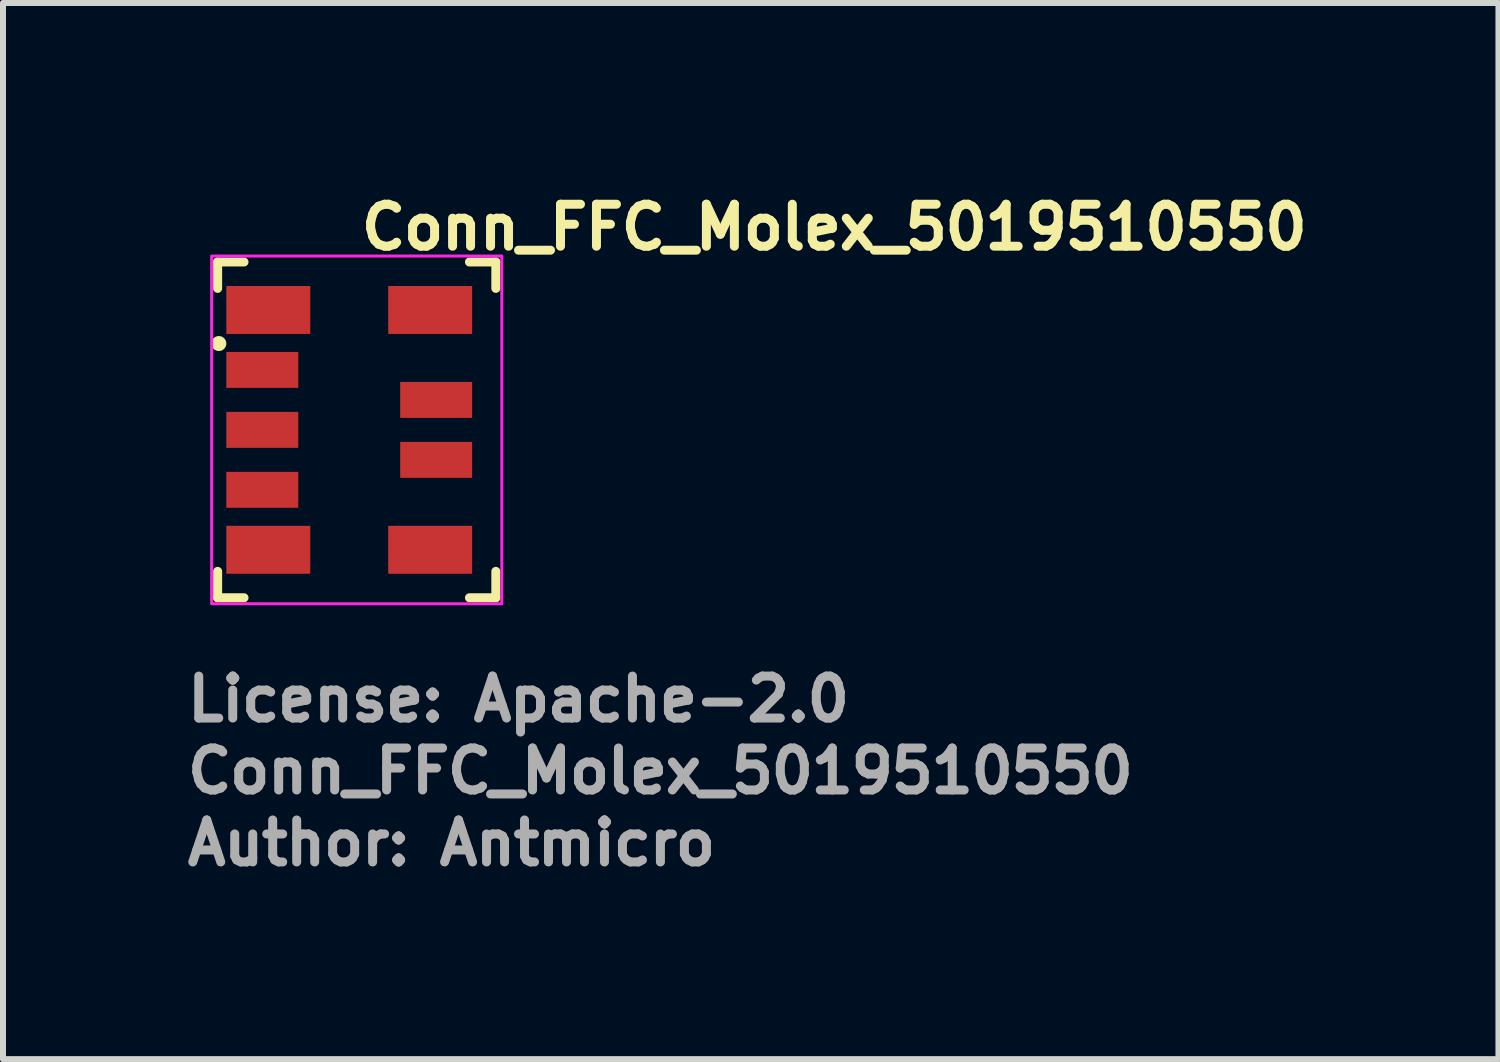
<source format=kicad_pcb>
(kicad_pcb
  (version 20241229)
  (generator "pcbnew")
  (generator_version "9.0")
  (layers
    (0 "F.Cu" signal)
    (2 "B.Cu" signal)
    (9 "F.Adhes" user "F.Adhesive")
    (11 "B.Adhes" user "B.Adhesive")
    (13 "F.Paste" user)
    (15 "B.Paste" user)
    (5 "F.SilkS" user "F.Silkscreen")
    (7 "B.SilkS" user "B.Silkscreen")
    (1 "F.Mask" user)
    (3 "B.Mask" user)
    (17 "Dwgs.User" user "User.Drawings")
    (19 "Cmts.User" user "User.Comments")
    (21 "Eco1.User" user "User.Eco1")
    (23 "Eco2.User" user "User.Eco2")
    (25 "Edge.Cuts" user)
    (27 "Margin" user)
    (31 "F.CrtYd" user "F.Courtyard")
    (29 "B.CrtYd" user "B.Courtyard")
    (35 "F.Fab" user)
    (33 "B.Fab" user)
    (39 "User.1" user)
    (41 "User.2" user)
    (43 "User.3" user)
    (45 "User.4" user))
  (footprint "Conn_FFC_Molex_5019510550"
    (layer "F.Cu")
    (at 2.9 4.12)
    (property "Reference" "Conn_FFC_Molex_5019510550" (at 0 -2.97 0) (layer "F.SilkS") (effects (font (size 0.7 0.7) (thickness 0.15)) (justify left bottom)))
    (attr smd)
    (fp_line (start -2.32 -2.36) (end -2.32 -2.8) (stroke (width 0.15) (type solid)) (layer "F.SilkS"))
    (fp_line (start -2.32 2.36) (end -2.32 2.8) (stroke (width 0.15) (type solid)) (layer "F.SilkS"))
    (fp_line (start -1.88 -2.8) (end -2.32 -2.8) (stroke (width 0.15) (type solid)) (layer "F.SilkS"))
    (fp_line (start -1.88 2.8) (end -2.32 2.8) (stroke (width 0.15) (type solid)) (layer "F.SilkS"))
    (fp_line (start 1.88 -2.8) (end 2.32 -2.8) (stroke (width 0.15) (type solid)) (layer "F.SilkS"))
    (fp_line (start 1.88 2.8) (end 2.32 2.8) (stroke (width 0.15) (type solid)) (layer "F.SilkS"))
    (fp_line (start 2.32 -2.36) (end 2.32 -2.8) (stroke (width 0.15) (type solid)) (layer "F.SilkS"))
    (fp_line (start 2.32 2.36) (end 2.32 2.8) (stroke (width 0.15) (type solid)) (layer "F.SilkS"))
    (fp_circle (center -2.3 -1.44) (end -2.3 -1.49) (stroke (width 0.15) (type solid)) (fill yes) (layer "F.SilkS"))
    (fp_rect (start -2.42 -2.9) (end 2.42 2.9) (stroke (width 0.05) (type solid)) (fill no) (layer "F.CrtYd"))
    (fp_rect (start -2.167 -2.65) (end 2.167 2.65) (stroke (width 0.1) (type solid)) (fill no) (layer "User.5"))
    (fp_line (start -2.167 -2.4) (end -1.97 -2.4) (stroke (width 0.02) (type solid)) (layer "User.9"))
    (fp_line (start -2.167 -1.6) (end -2.167 -2.4) (stroke (width 0.02) (type solid)) (layer "User.9"))
    (fp_line (start -2.167 1.6) (end -1.767 1.6) (stroke (width 0.02) (type solid)) (layer "User.9"))
    (fp_line (start -2.167 2.4) (end -2.167 1.6) (stroke (width 0.02) (type solid)) (layer "User.9"))
    (fp_line (start -1.97 2.4) (end -2.167 2.4) (stroke (width 0.02) (type solid)) (layer "User.9"))
    (fp_line (start -1.967 -2.65) (end -1.517 -2.65) (stroke (width 0.02) (type solid)) (layer "User.9"))
    (fp_line (start -1.967 -2.1) (end -1.967 -2.65) (stroke (width 0.02) (type solid)) (layer "User.9"))
    (fp_line (start -1.967 2.1) (end -1.517 2.1) (stroke (width 0.02) (type solid)) (layer "User.9"))
    (fp_line (start -1.967 2.65) (end -1.967 2.1) (stroke (width 0.02) (type solid)) (layer "User.9"))
    (fp_line (start -1.917 -1.075) (end -1.917 -0.925) (stroke (width 0.02) (type solid)) (layer "User.9"))
    (fp_line (start -1.917 -0.075) (end -1.917 0.075) (stroke (width 0.02) (type solid)) (layer "User.9"))
    (fp_line (start -1.917 0.925) (end -1.917 1.075) (stroke (width 0.02) (type solid)) (layer "User.9"))
    (fp_line (start -1.867 -2.1) (end -1.867 -2.1) (stroke (width 0.02) (type solid)) (layer "User.9"))
    (fp_line (start -1.867 -2.1) (end -1.867 -2.05) (stroke (width 0.02) (type solid)) (layer "User.9"))
    (fp_line (start -1.867 -2.099) (end -1.867 -2.1) (stroke (width 0.02) (type solid)) (layer "User.9"))
    (fp_line (start -1.867 -2.097) (end -1.867 -2.099) (stroke (width 0.02) (type solid)) (layer "User.9"))
    (fp_line (start -1.867 -2.095) (end -1.867 -2.097) (stroke (width 0.02) (type solid)) (layer "User.9"))
    (fp_line (start -1.867 -2.092) (end -1.867 -2.095) (stroke (width 0.02) (type solid)) (layer "User.9"))
    (fp_line (start -1.867 -2.089) (end -1.867 -2.092) (stroke (width 0.02) (type solid)) (layer "User.9"))
    (fp_line (start -1.867 -2.085) (end -1.867 -2.089) (stroke (width 0.02) (type solid)) (layer "User.9"))
    (fp_line (start -1.867 -2.081) (end -1.867 -2.085) (stroke (width 0.02) (type solid)) (layer "User.9"))
    (fp_line (start -1.867 -2.077) (end -1.867 -2.081) (stroke (width 0.02) (type solid)) (layer "User.9"))
    (fp_line (start -1.867 -2.072) (end -1.867 -2.077) (stroke (width 0.02) (type solid)) (layer "User.9"))
    (fp_line (start -1.867 -2.067) (end -1.867 -2.072) (stroke (width 0.02) (type solid)) (layer "User.9"))
    (fp_line (start -1.867 -2.061) (end -1.867 -2.067) (stroke (width 0.02) (type solid)) (layer "User.9"))
    (fp_line (start -1.867 -2.056) (end -1.867 -2.061) (stroke (width 0.02) (type solid)) (layer "User.9"))
    (fp_line (start -1.867 -2.05) (end -1.867 -2.056) (stroke (width 0.02) (type solid)) (layer "User.9"))
    (fp_line (start -1.867 -1.75) (end -1.867 -2.05) (stroke (width 0.02) (type solid)) (layer "User.9"))
    (fp_line (start -1.867 2.05) (end -1.867 1.75) (stroke (width 0.02) (type solid)) (layer "User.9"))
    (fp_line (start -1.867 2.056) (end -1.867 2.05) (stroke (width 0.02) (type solid)) (layer "User.9"))
    (fp_line (start -1.867 2.061) (end -1.867 2.056) (stroke (width 0.02) (type solid)) (layer "User.9"))
    (fp_line (start -1.867 2.067) (end -1.867 2.061) (stroke (width 0.02) (type solid)) (layer "User.9"))
    (fp_line (start -1.867 2.072) (end -1.867 2.067) (stroke (width 0.02) (type solid)) (layer "User.9"))
    (fp_line (start -1.867 2.077) (end -1.867 2.072) (stroke (width 0.02) (type solid)) (layer "User.9"))
    (fp_line (start -1.867 2.081) (end -1.867 2.077) (stroke (width 0.02) (type solid)) (layer "User.9"))
    (fp_line (start -1.867 2.085) (end -1.867 2.081) (stroke (width 0.02) (type solid)) (layer "User.9"))
    (fp_line (start -1.867 2.089) (end -1.867 2.085) (stroke (width 0.02) (type solid)) (layer "User.9"))
    (fp_line (start -1.867 2.092) (end -1.867 2.089) (stroke (width 0.02) (type solid)) (layer "User.9"))
    (fp_line (start -1.867 2.095) (end -1.867 2.092) (stroke (width 0.02) (type solid)) (layer "User.9"))
    (fp_line (start -1.867 2.097) (end -1.867 2.095) (stroke (width 0.02) (type solid)) (layer "User.9"))
    (fp_line (start -1.867 2.099) (end -1.867 2.097) (stroke (width 0.02) (type solid)) (layer "User.9"))
    (fp_line (start -1.867 2.1) (end -1.867 2.099) (stroke (width 0.02) (type solid)) (layer "User.9"))
    (fp_line (start -1.767 -1.75) (end -1.867 -1.75) (stroke (width 0.02) (type solid)) (layer "User.9"))
    (fp_line (start -1.767 -1.75) (end -1.767 -1.2) (stroke (width 0.02) (type solid)) (layer "User.9"))
    (fp_line (start -1.767 -1.6) (end -2.167 -1.6) (stroke (width 0.02) (type solid)) (layer "User.9"))
    (fp_line (start -1.767 -1.6) (end -1.767 -1.9) (stroke (width 0.02) (type solid)) (layer "User.9"))
    (fp_line (start -1.767 -1.2) (end -1.517 -1.2) (stroke (width 0.02) (type solid)) (layer "User.9"))
    (fp_line (start -1.767 1.2) (end -1.767 1.9) (stroke (width 0.02) (type solid)) (layer "User.9"))
    (fp_line (start -1.767 1.75) (end -1.867 1.75) (stroke (width 0.02) (type solid)) (layer "User.9"))
    (fp_line (start -1.767 1.75) (end -1.767 1.9) (stroke (width 0.02) (type solid)) (layer "User.9"))
    (fp_line (start -1.767 1.9) (end -1.517 1.9) (stroke (width 0.02) (type solid)) (layer "User.9"))
    (fp_line (start -1.557 -1.075) (end -1.917 -1.075) (stroke (width 0.02) (type solid)) (layer "User.9"))
    (fp_line (start -1.557 -0.925) (end -1.917 -0.925) (stroke (width 0.02) (type solid)) (layer "User.9"))
    (fp_line (start -1.557 -0.075) (end -1.917 -0.075) (stroke (width 0.02) (type solid)) (layer "User.9"))
    (fp_line (start -1.557 -0.075) (end -1.557 0.075) (stroke (width 0.02) (type solid)) (layer "User.9"))
    (fp_line (start -1.557 0.075) (end -1.917 0.075) (stroke (width 0.02) (type solid)) (layer "User.9"))
    (fp_line (start -1.557 0.925) (end -1.917 0.925) (stroke (width 0.02) (type solid)) (layer "User.9"))
    (fp_line (start -1.557 1.075) (end -1.917 1.075) (stroke (width 0.02) (type solid)) (layer "User.9"))
    (fp_line (start -1.517 -2.1) (end -1.967 -2.1) (stroke (width 0.02) (type solid)) (layer "User.9"))
    (fp_line (start -1.517 -2.1) (end -1.517 -2.05) (stroke (width 0.02) (type solid)) (layer "User.9"))
    (fp_line (start -1.517 -2.1) (end -1.517 2.65) (stroke (width 0.02) (type solid)) (layer "User.9"))
    (fp_line (start -1.517 -2.05) (end -1.867 -2.05) (stroke (width 0.02) (type solid)) (layer "User.9"))
    (fp_line (start -1.517 -1.2) (end -1.517 -1.075) (stroke (width 0.02) (type solid)) (layer "User.9"))
    (fp_line (start -1.517 -1.075) (end -1.557 -1.075) (stroke (width 0.02) (type solid)) (layer "User.9"))
    (fp_line (start -1.517 -0.925) (end -1.557 -0.925) (stroke (width 0.02) (type solid)) (layer "User.9"))
    (fp_line (start -1.517 -0.7) (end -1.517 -0.3) (stroke (width 0.02) (type solid)) (layer "User.9"))
    (fp_line (start -1.517 -0.075) (end -1.557 -0.075) (stroke (width 0.02) (type solid)) (layer "User.9"))
    (fp_line (start -1.517 0.075) (end -1.557 0.075) (stroke (width 0.02) (type solid)) (layer "User.9"))
    (fp_line (start -1.517 0.3) (end -1.517 0.075) (stroke (width 0.02) (type solid)) (layer "User.9"))
    (fp_line (start -1.517 0.925) (end -1.557 0.925) (stroke (width 0.02) (type solid)) (layer "User.9"))
    (fp_line (start -1.517 1.075) (end -1.557 1.075) (stroke (width 0.02) (type solid)) (layer "User.9"))
    (fp_line (start -1.517 1.2) (end -1.767 1.2) (stroke (width 0.02) (type solid)) (layer "User.9"))
    (fp_line (start -1.517 1.2) (end -1.517 1.075) (stroke (width 0.02) (type solid)) (layer "User.9"))
    (fp_line (start -1.517 2.05) (end -1.867 2.05) (stroke (width 0.02) (type solid)) (layer "User.9"))
    (fp_line (start -1.517 2.1) (end -1.517 2.05) (stroke (width 0.02) (type solid)) (layer "User.9"))
    (fp_line (start -1.517 2.65) (end -1.967 2.65) (stroke (width 0.02) (type solid)) (layer "User.9"))
    (fp_line (start -1.177 -1.695) (end -1.027 -1.545) (stroke (width 0.02) (type solid)) (layer "User.9"))
    (fp_line (start -1.177 -1.695) (end -0.617 -1.695) (stroke (width 0.02) (type solid)) (layer "User.9"))
    (fp_line (start -1.177 1.695) (end -1.767 1.6) (stroke (width 0.02) (type solid)) (layer "User.9"))
    (fp_line (start -1.177 1.695) (end -1.177 -1.695) (stroke (width 0.02) (type solid)) (layer "User.9"))
    (fp_line (start -1.177 1.695) (end -1.027 1.545) (stroke (width 0.02) (type solid)) (layer "User.9"))
    (fp_line (start -1.067 -2.33) (end -1.067 -2.1) (stroke (width 0.02) (type solid)) (layer "User.9"))
    (fp_line (start -1.067 -2.3) (end -1.067 -2.33) (stroke (width 0.02) (type solid)) (layer "User.9"))
    (fp_line (start -1.067 -2.1) (end -1.177 -1.695) (stroke (width 0.02) (type solid)) (layer "User.9"))
    (fp_line (start -1.067 -2.1) (end -1.017 -2.1) (stroke (width 0.02) (type solid)) (layer "User.9"))
    (fp_line (start -1.067 2.1) (end -1.067 2.3) (stroke (width 0.02) (type solid)) (layer "User.9"))
    (fp_line (start -1.067 2.1) (end -1.017 2.1) (stroke (width 0.02) (type solid)) (layer "User.9"))
    (fp_line (start -1.067 2.1) (end -0.817 2.1) (stroke (width 0.02) (type solid)) (layer "User.9"))
    (fp_line (start -1.067 2.3) (end -1.067 2.33) (stroke (width 0.02) (type solid)) (layer "User.9"))
    (fp_line (start -1.027 -1.545) (end -0.607 -1.545) (stroke (width 0.02) (type solid)) (layer "User.9"))
    (fp_line (start -1.027 -1.545) (end -0.479 -1.545) (stroke (width 0.02) (type solid)) (layer "User.9"))
    (fp_line (start -1.027 -0.425) (end -1.027 -0.575) (stroke (width 0.02) (type solid)) (layer "User.9"))
    (fp_line (start -1.027 1.545) (end -1.027 -1.545) (stroke (width 0.02) (type solid)) (layer "User.9"))
    (fp_line (start -1.017 -2.3) (end -1.067 -2.33) (stroke (width 0.02) (type solid)) (layer "User.9"))
    (fp_line (start -1.017 -2.3) (end -1.067 -2.3) (stroke (width 0.02) (type solid)) (layer "User.9"))
    (fp_line (start -1.017 -2.3) (end -1.017 -2.1) (stroke (width 0.02) (type solid)) (layer "User.9"))
    (fp_line (start -1.017 2.3) (end -1.067 2.3) (stroke (width 0.02) (type solid)) (layer "User.9"))
    (fp_line (start -1.017 2.3) (end -1.017 2.1) (stroke (width 0.02) (type solid)) (layer "User.9"))
    (fp_line (start -0.937 -1.545) (end -0.887 -1.545) (stroke (width 0.02) (type solid)) (layer "User.9"))
    (fp_line (start -0.937 -1.075) (end -1.027 -1.075) (stroke (width 0.02) (type solid)) (layer "User.9"))
    (fp_line (start -0.937 -1.075) (end -0.937 -1.545) (stroke (width 0.02) (type solid)) (layer "User.9"))
    (fp_line (start -0.937 -0.925) (end -1.027 -0.925) (stroke (width 0.02) (type solid)) (layer "User.9"))
    (fp_line (start -0.937 -0.575) (end -0.937 -0.925) (stroke (width 0.02) (type solid)) (layer "User.9"))
    (fp_line (start -0.937 -0.425) (end -1.027 -0.425) (stroke (width 0.02) (type solid)) (layer "User.9"))
    (fp_line (start -0.937 -0.425) (end -0.887 -0.425) (stroke (width 0.02) (type solid)) (layer "User.9"))
    (fp_line (start -0.937 -0.075) (end -1.027 -0.075) (stroke (width 0.02) (type solid)) (layer "User.9"))
    (fp_line (start -0.937 -0.075) (end -0.937 -0.425) (stroke (width 0.02) (type solid)) (layer "User.9"))
    (fp_line (start -0.937 0.425) (end -1.027 0.425) (stroke (width 0.02) (type solid)) (layer "User.9"))
    (fp_line (start -0.937 0.425) (end -0.937 -0.425) (stroke (width 0.02) (type solid)) (layer "User.9"))
    (fp_line (start -0.937 0.575) (end -1.027 0.575) (stroke (width 0.02) (type solid)) (layer "User.9"))
    (fp_line (start -0.937 0.925) (end -0.937 0.575) (stroke (width 0.02) (type solid)) (layer "User.9"))
    (fp_line (start -0.937 0.925) (end -0.887 0.925) (stroke (width 0.02) (type solid)) (layer "User.9"))
    (fp_line (start -0.937 1.075) (end -1.027 1.075) (stroke (width 0.02) (type solid)) (layer "User.9"))
    (fp_line (start -0.937 1.545) (end -0.937 1.075) (stroke (width 0.02) (type solid)) (layer "User.9"))
    (fp_line (start -0.937 1.545) (end -0.887 1.545) (stroke (width 0.02) (type solid)) (layer "User.9"))
    (fp_line (start -0.887 -1.075) (end -0.887 -1.545) (stroke (width 0.02) (type solid)) (layer "User.9"))
    (fp_line (start -0.887 -1.075) (end -0.849 -1.075) (stroke (width 0.02) (type solid)) (layer "User.9"))
    (fp_line (start -0.887 -0.575) (end -0.887 -0.925) (stroke (width 0.02) (type solid)) (layer "User.9"))
    (fp_line (start -0.887 -0.075) (end -0.887 -0.425) (stroke (width 0.02) (type solid)) (layer "User.9"))
    (fp_line (start -0.887 -0.075) (end -0.849 -0.075) (stroke (width 0.02) (type solid)) (layer "User.9"))
    (fp_line (start -0.887 0.425) (end -0.887 0.075) (stroke (width 0.02) (type solid)) (layer "User.9"))
    (fp_line (start -0.887 0.575) (end -0.849 0.575) (stroke (width 0.02) (type solid)) (layer "User.9"))
    (fp_line (start -0.887 0.925) (end -0.887 0.575) (stroke (width 0.02) (type solid)) (layer "User.9"))
    (fp_line (start -0.887 1.075) (end -0.849 1.075) (stroke (width 0.02) (type solid)) (layer "User.9"))
    (fp_line (start -0.887 1.545) (end -0.887 1.075) (stroke (width 0.02) (type solid)) (layer "User.9"))
    (fp_line (start -0.849 -1.075) (end -0.849 -0.925) (stroke (width 0.02) (type solid)) (layer "User.9"))
    (fp_line (start -0.849 -0.575) (end -1.027 -0.575) (stroke (width 0.02) (type solid)) (layer "User.9"))
    (fp_line (start -0.849 -0.575) (end -0.887 -0.575) (stroke (width 0.02) (type solid)) (layer "User.9"))
    (fp_line (start -0.849 -0.575) (end -0.849 -0.425) (stroke (width 0.02) (type solid)) (layer "User.9"))
    (fp_line (start -0.849 -0.075) (end -0.849 0.075) (stroke (width 0.02) (type solid)) (layer "User.9"))
    (fp_line (start -0.849 0.075) (end -1.557 0.075) (stroke (width 0.02) (type solid)) (layer "User.9"))
    (fp_line (start -0.849 0.075) (end -0.887 0.075) (stroke (width 0.02) (type solid)) (layer "User.9"))
    (fp_line (start -0.849 0.425) (end -0.849 0.575) (stroke (width 0.02) (type solid)) (layer "User.9"))
    (fp_line (start -0.849 0.925) (end -1.027 0.925) (stroke (width 0.02) (type solid)) (layer "User.9"))
    (fp_line (start -0.849 0.925) (end -0.849 1.075) (stroke (width 0.02) (type solid)) (layer "User.9"))
    (fp_line (start -0.848 -1.075) (end -0.849 -1.075) (stroke (width 0.02) (type solid)) (layer "User.9"))
    (fp_line (start -0.848 -0.925) (end -0.937 -0.925) (stroke (width 0.02) (type solid)) (layer "User.9"))
    (fp_line (start -0.848 -0.575) (end -0.849 -0.575) (stroke (width 0.02) (type solid)) (layer "User.9"))
    (fp_line (start -0.848 -0.425) (end -0.849 -0.425) (stroke (width 0.02) (type solid)) (layer "User.9"))
    (fp_line (start -0.848 -0.075) (end -0.849 -0.075) (stroke (width 0.02) (type solid)) (layer "User.9"))
    (fp_line (start -0.848 0.075) (end -0.849 0.075) (stroke (width 0.02) (type solid)) (layer "User.9"))
    (fp_line (start -0.848 0.425) (end -0.887 0.425) (stroke (width 0.02) (type solid)) (layer "User.9"))
    (fp_line (start -0.848 0.575) (end -0.849 0.575) (stroke (width 0.02) (type solid)) (layer "User.9"))
    (fp_line (start -0.848 0.925) (end -0.849 0.925) (stroke (width 0.02) (type solid)) (layer "User.9"))
    (fp_line (start -0.848 1.075) (end -0.849 1.075) (stroke (width 0.02) (type solid)) (layer "User.9"))
    (fp_line (start -0.846 -1.075) (end -0.848 -1.075) (stroke (width 0.02) (type solid)) (layer "User.9"))
    (fp_line (start -0.846 -0.925) (end -0.848 -0.925) (stroke (width 0.02) (type solid)) (layer "User.9"))
    (fp_line (start -0.846 -0.575) (end -0.848 -0.575) (stroke (width 0.02) (type solid)) (layer "User.9"))
    (fp_line (start -0.846 -0.425) (end -0.848 -0.425) (stroke (width 0.02) (type solid)) (layer "User.9"))
    (fp_line (start -0.846 -0.075) (end -0.848 -0.075) (stroke (width 0.02) (type solid)) (layer "User.9"))
    (fp_line (start -0.846 0.075) (end -0.848 0.075) (stroke (width 0.02) (type solid)) (layer "User.9"))
    (fp_line (start -0.846 0.425) (end -0.848 0.425) (stroke (width 0.02) (type solid)) (layer "User.9"))
    (fp_line (start -0.846 0.575) (end -0.848 0.575) (stroke (width 0.02) (type solid)) (layer "User.9"))
    (fp_line (start -0.846 0.925) (end -0.848 0.925) (stroke (width 0.02) (type solid)) (layer "User.9"))
    (fp_line (start -0.846 1.075) (end -0.848 1.075) (stroke (width 0.02) (type solid)) (layer "User.9"))
    (fp_line (start -0.845 -1.075) (end -0.846 -1.075) (stroke (width 0.02) (type solid)) (layer "User.9"))
    (fp_line (start -0.845 -0.925) (end -0.846 -0.925) (stroke (width 0.02) (type solid)) (layer "User.9"))
    (fp_line (start -0.845 -0.575) (end -0.846 -0.575) (stroke (width 0.02) (type solid)) (layer "User.9"))
    (fp_line (start -0.845 -0.425) (end -0.846 -0.425) (stroke (width 0.02) (type solid)) (layer "User.9"))
    (fp_line (start -0.845 -0.075) (end -0.846 -0.075) (stroke (width 0.02) (type solid)) (layer "User.9"))
    (fp_line (start -0.845 0.075) (end -0.846 0.075) (stroke (width 0.02) (type solid)) (layer "User.9"))
    (fp_line (start -0.845 0.425) (end -0.846 0.425) (stroke (width 0.02) (type solid)) (layer "User.9"))
    (fp_line (start -0.845 0.575) (end -0.846 0.575) (stroke (width 0.02) (type solid)) (layer "User.9"))
    (fp_line (start -0.845 0.925) (end -0.846 0.925) (stroke (width 0.02) (type solid)) (layer "User.9"))
    (fp_line (start -0.845 1.075) (end -0.846 1.075) (stroke (width 0.02) (type solid)) (layer "User.9"))
    (fp_line (start -0.844 -1.075) (end -0.845 -1.075) (stroke (width 0.02) (type solid)) (layer "User.9"))
    (fp_line (start -0.844 -0.925) (end -0.845 -0.925) (stroke (width 0.02) (type solid)) (layer "User.9"))
    (fp_line (start -0.844 -0.575) (end -0.845 -0.575) (stroke (width 0.02) (type solid)) (layer "User.9"))
    (fp_line (start -0.844 -0.425) (end -0.845 -0.425) (stroke (width 0.02) (type solid)) (layer "User.9"))
    (fp_line (start -0.844 -0.075) (end -0.845 -0.075) (stroke (width 0.02) (type solid)) (layer "User.9"))
    (fp_line (start -0.844 0.075) (end -0.845 0.075) (stroke (width 0.02) (type solid)) (layer "User.9"))
    (fp_line (start -0.844 0.425) (end -0.845 0.425) (stroke (width 0.02) (type solid)) (layer "User.9"))
    (fp_line (start -0.844 0.575) (end -0.845 0.575) (stroke (width 0.02) (type solid)) (layer "User.9"))
    (fp_line (start -0.844 0.925) (end -0.845 0.925) (stroke (width 0.02) (type solid)) (layer "User.9"))
    (fp_line (start -0.844 1.075) (end -0.845 1.075) (stroke (width 0.02) (type solid)) (layer "User.9"))
    (fp_line (start -0.842 -1.075) (end -0.844 -1.075) (stroke (width 0.02) (type solid)) (layer "User.9"))
    (fp_line (start -0.842 -0.925) (end -0.844 -0.925) (stroke (width 0.02) (type solid)) (layer "User.9"))
    (fp_line (start -0.842 -0.575) (end -0.844 -0.575) (stroke (width 0.02) (type solid)) (layer "User.9"))
    (fp_line (start -0.842 -0.425) (end -0.844 -0.425) (stroke (width 0.02) (type solid)) (layer "User.9"))
    (fp_line (start -0.842 -0.075) (end -0.844 -0.075) (stroke (width 0.02) (type solid)) (layer "User.9"))
    (fp_line (start -0.842 0.075) (end -0.844 0.075) (stroke (width 0.02) (type solid)) (layer "User.9"))
    (fp_line (start -0.842 0.425) (end -0.844 0.425) (stroke (width 0.02) (type solid)) (layer "User.9"))
    (fp_line (start -0.842 0.575) (end -0.844 0.575) (stroke (width 0.02) (type solid)) (layer "User.9"))
    (fp_line (start -0.842 0.925) (end -0.844 0.925) (stroke (width 0.02) (type solid)) (layer "User.9"))
    (fp_line (start -0.842 1.075) (end -0.844 1.075) (stroke (width 0.02) (type solid)) (layer "User.9"))
    (fp_line (start -0.841 -1.075) (end -0.842 -1.075) (stroke (width 0.02) (type solid)) (layer "User.9"))
    (fp_line (start -0.841 -0.925) (end -0.842 -0.925) (stroke (width 0.02) (type solid)) (layer "User.9"))
    (fp_line (start -0.841 -0.575) (end -0.842 -0.575) (stroke (width 0.02) (type solid)) (layer "User.9"))
    (fp_line (start -0.841 -0.425) (end -0.842 -0.425) (stroke (width 0.02) (type solid)) (layer "User.9"))
    (fp_line (start -0.841 -0.075) (end -0.842 -0.075) (stroke (width 0.02) (type solid)) (layer "User.9"))
    (fp_line (start -0.841 0.075) (end -0.842 0.075) (stroke (width 0.02) (type solid)) (layer "User.9"))
    (fp_line (start -0.841 0.425) (end -0.842 0.425) (stroke (width 0.02) (type solid)) (layer "User.9"))
    (fp_line (start -0.841 0.575) (end -0.842 0.575) (stroke (width 0.02) (type solid)) (layer "User.9"))
    (fp_line (start -0.841 0.925) (end -0.842 0.925) (stroke (width 0.02) (type solid)) (layer "User.9"))
    (fp_line (start -0.841 1.075) (end -0.842 1.075) (stroke (width 0.02) (type solid)) (layer "User.9"))
    (fp_line (start -0.84 -1.075) (end -0.841 -1.075) (stroke (width 0.02) (type solid)) (layer "User.9"))
    (fp_line (start -0.84 -1.075) (end -0.84 -1.075) (stroke (width 0.02) (type solid)) (layer "User.9"))
    (fp_line (start -0.84 -0.925) (end -0.841 -0.925) (stroke (width 0.02) (type solid)) (layer "User.9"))
    (fp_line (start -0.84 -0.925) (end -0.84 -0.925) (stroke (width 0.02) (type solid)) (layer "User.9"))
    (fp_line (start -0.84 -0.575) (end -0.841 -0.575) (stroke (width 0.02) (type solid)) (layer "User.9"))
    (fp_line (start -0.84 -0.575) (end -0.84 -0.575) (stroke (width 0.02) (type solid)) (layer "User.9"))
    (fp_line (start -0.84 -0.425) (end -0.841 -0.425) (stroke (width 0.02) (type solid)) (layer "User.9"))
    (fp_line (start -0.84 -0.425) (end -0.84 -0.425) (stroke (width 0.02) (type solid)) (layer "User.9"))
    (fp_line (start -0.84 -0.075) (end -0.841 -0.075) (stroke (width 0.02) (type solid)) (layer "User.9"))
    (fp_line (start -0.84 -0.075) (end -0.84 -0.075) (stroke (width 0.02) (type solid)) (layer "User.9"))
    (fp_line (start -0.84 0.075) (end -0.841 0.075) (stroke (width 0.02) (type solid)) (layer "User.9"))
    (fp_line (start -0.84 0.075) (end -0.84 0.075) (stroke (width 0.02) (type solid)) (layer "User.9"))
    (fp_line (start -0.84 0.425) (end -0.841 0.425) (stroke (width 0.02) (type solid)) (layer "User.9"))
    (fp_line (start -0.84 0.425) (end -0.84 0.425) (stroke (width 0.02) (type solid)) (layer "User.9"))
    (fp_line (start -0.84 0.575) (end -0.841 0.575) (stroke (width 0.02) (type solid)) (layer "User.9"))
    (fp_line (start -0.84 0.575) (end -0.84 0.575) (stroke (width 0.02) (type solid)) (layer "User.9"))
    (fp_line (start -0.84 0.925) (end -0.841 0.925) (stroke (width 0.02) (type solid)) (layer "User.9"))
    (fp_line (start -0.84 0.925) (end -0.84 0.925) (stroke (width 0.02) (type solid)) (layer "User.9"))
    (fp_line (start -0.84 1.075) (end -0.841 1.075) (stroke (width 0.02) (type solid)) (layer "User.9"))
    (fp_line (start -0.84 1.075) (end -0.84 1.075) (stroke (width 0.02) (type solid)) (layer "User.9"))
    (fp_line (start -0.839 -1.075) (end -0.84 -1.075) (stroke (width 0.02) (type solid)) (layer "User.9"))
    (fp_line (start -0.839 -0.925) (end -0.84 -0.925) (stroke (width 0.02) (type solid)) (layer "User.9"))
    (fp_line (start -0.839 -0.575) (end -0.84 -0.575) (stroke (width 0.02) (type solid)) (layer "User.9"))
    (fp_line (start -0.839 -0.425) (end -0.84 -0.425) (stroke (width 0.02) (type solid)) (layer "User.9"))
    (fp_line (start -0.839 -0.075) (end -0.84 -0.075) (stroke (width 0.02) (type solid)) (layer "User.9"))
    (fp_line (start -0.839 0.075) (end -0.84 0.075) (stroke (width 0.02) (type solid)) (layer "User.9"))
    (fp_line (start -0.839 0.425) (end -0.84 0.425) (stroke (width 0.02) (type solid)) (layer "User.9"))
    (fp_line (start -0.839 0.575) (end -0.84 0.575) (stroke (width 0.02) (type solid)) (layer "User.9"))
    (fp_line (start -0.839 0.925) (end -0.84 0.925) (stroke (width 0.02) (type solid)) (layer "User.9"))
    (fp_line (start -0.839 1.075) (end -0.84 1.075) (stroke (width 0.02) (type solid)) (layer "User.9"))
    (fp_line (start -0.838 -1.075) (end -0.839 -1.075) (stroke (width 0.02) (type solid)) (layer "User.9"))
    (fp_line (start -0.838 -1.075) (end -0.838 -1.075) (stroke (width 0.02) (type solid)) (layer "User.9"))
    (fp_line (start -0.838 -1.075) (end -0.838 -1.075) (stroke (width 0.02) (type solid)) (layer "User.9"))
    (fp_line (start -0.838 -0.925) (end -0.839 -0.925) (stroke (width 0.02) (type solid)) (layer "User.9"))
    (fp_line (start -0.838 -0.925) (end -0.838 -0.925) (stroke (width 0.02) (type solid)) (layer "User.9"))
    (fp_line (start -0.838 -0.925) (end -0.838 -0.925) (stroke (width 0.02) (type solid)) (layer "User.9"))
    (fp_line (start -0.838 -0.575) (end -0.839 -0.575) (stroke (width 0.02) (type solid)) (layer "User.9"))
    (fp_line (start -0.838 -0.575) (end -0.838 -0.575) (stroke (width 0.02) (type solid)) (layer "User.9"))
    (fp_line (start -0.838 -0.575) (end -0.838 -0.575) (stroke (width 0.02) (type solid)) (layer "User.9"))
    (fp_line (start -0.838 -0.425) (end -0.839 -0.425) (stroke (width 0.02) (type solid)) (layer "User.9"))
    (fp_line (start -0.838 -0.425) (end -0.838 -0.425) (stroke (width 0.02) (type solid)) (layer "User.9"))
    (fp_line (start -0.838 -0.425) (end -0.838 -0.425) (stroke (width 0.02) (type solid)) (layer "User.9"))
    (fp_line (start -0.838 -0.075) (end -0.839 -0.075) (stroke (width 0.02) (type solid)) (layer "User.9"))
    (fp_line (start -0.838 -0.075) (end -0.838 -0.075) (stroke (width 0.02) (type solid)) (layer "User.9"))
    (fp_line (start -0.838 -0.075) (end -0.838 -0.075) (stroke (width 0.02) (type solid)) (layer "User.9"))
    (fp_line (start -0.838 0.075) (end -0.839 0.075) (stroke (width 0.02) (type solid)) (layer "User.9"))
    (fp_line (start -0.838 0.075) (end -0.838 0.075) (stroke (width 0.02) (type solid)) (layer "User.9"))
    (fp_line (start -0.838 0.075) (end -0.838 0.075) (stroke (width 0.02) (type solid)) (layer "User.9"))
    (fp_line (start -0.838 0.425) (end -0.839 0.425) (stroke (width 0.02) (type solid)) (layer "User.9"))
    (fp_line (start -0.838 0.425) (end -0.838 0.425) (stroke (width 0.02) (type solid)) (layer "User.9"))
    (fp_line (start -0.838 0.425) (end -0.838 0.425) (stroke (width 0.02) (type solid)) (layer "User.9"))
    (fp_line (start -0.838 0.575) (end -0.839 0.575) (stroke (width 0.02) (type solid)) (layer "User.9"))
    (fp_line (start -0.838 0.575) (end -0.838 0.575) (stroke (width 0.02) (type solid)) (layer "User.9"))
    (fp_line (start -0.838 0.575) (end -0.838 0.575) (stroke (width 0.02) (type solid)) (layer "User.9"))
    (fp_line (start -0.838 0.925) (end -0.839 0.925) (stroke (width 0.02) (type solid)) (layer "User.9"))
    (fp_line (start -0.838 0.925) (end -0.838 0.925) (stroke (width 0.02) (type solid)) (layer "User.9"))
    (fp_line (start -0.838 0.925) (end -0.838 0.925) (stroke (width 0.02) (type solid)) (layer "User.9"))
    (fp_line (start -0.838 1.075) (end -0.839 1.075) (stroke (width 0.02) (type solid)) (layer "User.9"))
    (fp_line (start -0.838 1.075) (end -0.838 1.075) (stroke (width 0.02) (type solid)) (layer "User.9"))
    (fp_line (start -0.838 1.075) (end -0.838 1.075) (stroke (width 0.02) (type solid)) (layer "User.9"))
    (fp_line (start -0.837 -1.075) (end -0.838 -1.075) (stroke (width 0.02) (type solid)) (layer "User.9"))
    (fp_line (start -0.837 -1.075) (end -0.837 -1.075) (stroke (width 0.02) (type solid)) (layer "User.9"))
    (fp_line (start -0.837 -1.075) (end -0.837 -0.925) (stroke (width 0.02) (type solid)) (layer "User.9"))
    (fp_line (start -0.837 -0.925) (end -0.838 -0.925) (stroke (width 0.02) (type solid)) (layer "User.9"))
    (fp_line (start -0.837 -0.925) (end -0.837 -0.925) (stroke (width 0.02) (type solid)) (layer "User.9"))
    (fp_line (start -0.837 -0.575) (end -0.838 -0.575) (stroke (width 0.02) (type solid)) (layer "User.9"))
    (fp_line (start -0.837 -0.575) (end -0.837 -0.575) (stroke (width 0.02) (type solid)) (layer "User.9"))
    (fp_line (start -0.837 -0.575) (end -0.837 -0.425) (stroke (width 0.02) (type solid)) (layer "User.9"))
    (fp_line (start -0.837 -0.425) (end -0.838 -0.425) (stroke (width 0.02) (type solid)) (layer "User.9"))
    (fp_line (start -0.837 -0.425) (end -0.837 -0.425) (stroke (width 0.02) (type solid)) (layer "User.9"))
    (fp_line (start -0.837 -0.075) (end -0.838 -0.075) (stroke (width 0.02) (type solid)) (layer "User.9"))
    (fp_line (start -0.837 -0.075) (end -0.837 -0.075) (stroke (width 0.02) (type solid)) (layer "User.9"))
    (fp_line (start -0.837 -0.075) (end -0.837 0.075) (stroke (width 0.02) (type solid)) (layer "User.9"))
    (fp_line (start -0.837 0.075) (end -0.838 0.075) (stroke (width 0.02) (type solid)) (layer "User.9"))
    (fp_line (start -0.837 0.075) (end -0.837 0.075) (stroke (width 0.02) (type solid)) (layer "User.9"))
    (fp_line (start -0.837 0.425) (end -0.838 0.425) (stroke (width 0.02) (type solid)) (layer "User.9"))
    (fp_line (start -0.837 0.425) (end -0.837 0.425) (stroke (width 0.02) (type solid)) (layer "User.9"))
    (fp_line (start -0.837 0.425) (end -0.837 0.575) (stroke (width 0.02) (type solid)) (layer "User.9"))
    (fp_line (start -0.837 0.575) (end -0.838 0.575) (stroke (width 0.02) (type solid)) (layer "User.9"))
    (fp_line (start -0.837 0.575) (end -0.837 0.575) (stroke (width 0.02) (type solid)) (layer "User.9"))
    (fp_line (start -0.837 0.925) (end -0.838 0.925) (stroke (width 0.02) (type solid)) (layer "User.9"))
    (fp_line (start -0.837 0.925) (end -0.837 0.925) (stroke (width 0.02) (type solid)) (layer "User.9"))
    (fp_line (start -0.837 0.925) (end -0.837 1.075) (stroke (width 0.02) (type solid)) (layer "User.9"))
    (fp_line (start -0.837 1.075) (end -0.838 1.075) (stroke (width 0.02) (type solid)) (layer "User.9"))
    (fp_line (start -0.837 1.075) (end -0.837 1.075) (stroke (width 0.02) (type solid)) (layer "User.9"))
    (fp_line (start -0.817 -2.3) (end -1.017 -2.3) (stroke (width 0.02) (type solid)) (layer "User.9"))
    (fp_line (start -0.817 -2.3) (end -0.817 -2.1) (stroke (width 0.02) (type solid)) (layer "User.9"))
    (fp_line (start -0.817 2.3) (end -1.067 2.3) (stroke (width 0.02) (type solid)) (layer "User.9"))
    (fp_line (start -0.817 2.3) (end -0.817 2.1) (stroke (width 0.02) (type solid)) (layer "User.9"))
    (fp_line (start -0.817 2.3) (end -0.767 2.3) (stroke (width 0.02) (type solid)) (layer "User.9"))
    (fp_line (start -0.767 -2.33) (end -0.767 -2.3) (stroke (width 0.02) (type solid)) (layer "User.9"))
    (fp_line (start -0.767 -2.3) (end -0.817 -2.3) (stroke (width 0.02) (type solid)) (layer "User.9"))
    (fp_line (start -0.767 2.3) (end -0.767 2.33) (stroke (width 0.02) (type solid)) (layer "User.9"))
    (fp_line (start -0.767 2.33) (end -0.737 2.33) (stroke (width 0.02) (type solid)) (layer "User.9"))
    (fp_line (start -0.737 -2.65) (end -1.517 -2.65) (stroke (width 0.02) (type solid)) (layer "User.9"))
    (fp_line (start -0.737 -2.65) (end -0.737 -2.33) (stroke (width 0.02) (type solid)) (layer "User.9"))
    (fp_line (start -0.737 -2.65) (end -0.487 -2.62) (stroke (width 0.02) (type solid)) (layer "User.9"))
    (fp_line (start -0.737 -2.62) (end -0.737 -2.65) (stroke (width 0.02) (type solid)) (layer "User.9"))
    (fp_line (start -0.737 -2.33) (end -1.067 -2.33) (stroke (width 0.02) (type solid)) (layer "User.9"))
    (fp_line (start -0.737 2.33) (end -1.067 2.33) (stroke (width 0.02) (type solid)) (layer "User.9"))
    (fp_line (start -0.737 2.33) (end -0.487 2.33) (stroke (width 0.02) (type solid)) (layer "User.9"))
    (fp_line (start -0.737 2.62) (end -0.737 2.65) (stroke (width 0.02) (type solid)) (layer "User.9"))
    (fp_line (start -0.737 2.62) (end -0.487 2.62) (stroke (width 0.02) (type solid)) (layer "User.9"))
    (fp_line (start -0.737 2.65) (end -1.517 2.65) (stroke (width 0.02) (type solid)) (layer "User.9"))
    (fp_line (start -0.737 2.65) (end -0.737 2.33) (stroke (width 0.02) (type solid)) (layer "User.9"))
    (fp_line (start -0.737 2.65) (end -0.617 2.3) (stroke (width 0.02) (type solid)) (layer "User.9"))
    (fp_line (start -0.617 -2.3) (end -0.817 -2.3) (stroke (width 0.02) (type solid)) (layer "User.9"))
    (fp_line (start -0.617 -2.3) (end -0.617 -1.695) (stroke (width 0.02) (type solid)) (layer "User.9"))
    (fp_line (start -0.617 -2.1) (end -1.067 -2.1) (stroke (width 0.02) (type solid)) (layer "User.9"))
    (fp_line (start -0.617 -1.9) (end -1.767 -1.9) (stroke (width 0.02) (type solid)) (layer "User.9"))
    (fp_line (start -0.617 -1.695) (end -0.617 -2.1) (stroke (width 0.02) (type solid)) (layer "User.9"))
    (fp_line (start -0.617 1.695) (end -1.177 1.695) (stroke (width 0.02) (type solid)) (layer "User.9"))
    (fp_line (start -0.617 2.1) (end -1.067 2.1) (stroke (width 0.02) (type solid)) (layer "User.9"))
    (fp_line (start -0.617 2.1) (end -0.617 1.695) (stroke (width 0.02) (type solid)) (layer "User.9"))
    (fp_line (start -0.617 2.3) (end -0.817 2.3) (stroke (width 0.02) (type solid)) (layer "User.9"))
    (fp_line (start -0.617 2.3) (end -0.617 2.1) (stroke (width 0.02) (type solid)) (layer "User.9"))
    (fp_line (start -0.607 1.545) (end -1.027 1.545) (stroke (width 0.02) (type solid)) (layer "User.9"))
    (fp_line (start -0.607 1.545) (end -0.607 -1.545) (stroke (width 0.02) (type solid)) (layer "User.9"))
    (fp_line (start -0.563 -1.5) (end -0.563 1.5) (stroke (width 0.02) (type solid)) (layer "User.9"))
    (fp_line (start -0.557 -1.5) (end -0.557 -1.545) (stroke (width 0.02) (type solid)) (layer "User.9"))
    (fp_line (start -0.557 1.545) (end -1.027 1.545) (stroke (width 0.02) (type solid)) (layer "User.9"))
    (fp_line (start -0.557 1.545) (end -0.557 1.5) (stroke (width 0.02) (type solid)) (layer "User.9"))
    (fp_line (start -0.517 -2.1) (end -0.817 -2.1) (stroke (width 0.02) (type solid)) (layer "User.9"))
    (fp_line (start -0.517 -2.1) (end -0.479 -2.02) (stroke (width 0.02) (type solid)) (layer "User.9"))
    (fp_line (start -0.517 -1.652) (end -0.617 -1.695) (stroke (width 0.02) (type solid)) (layer "User.9"))
    (fp_line (start -0.517 -1.652) (end -0.517 -2.1) (stroke (width 0.02) (type solid)) (layer "User.9"))
    (fp_line (start -0.517 -1.652) (end -0.517 -1.545) (stroke (width 0.02) (type solid)) (layer "User.9"))
    (fp_line (start -0.517 -1.545) (end -0.557 -1.545) (stroke (width 0.02) (type solid)) (layer "User.9"))
    (fp_line (start -0.517 1.545) (end -0.517 1.652) (stroke (width 0.02) (type solid)) (layer "User.9"))
    (fp_line (start -0.517 1.652) (end -0.617 1.695) (stroke (width 0.02) (type solid)) (layer "User.9"))
    (fp_line (start -0.517 2.1) (end -0.617 2.1) (stroke (width 0.02) (type solid)) (layer "User.9"))
    (fp_line (start -0.517 2.1) (end -0.517 1.652) (stroke (width 0.02) (type solid)) (layer "User.9"))
    (fp_line (start -0.487 -2.62) (end -0.737 -2.62) (stroke (width 0.02) (type solid)) (layer "User.9"))
    (fp_line (start -0.487 -2.62) (end -0.487 -2.33) (stroke (width 0.02) (type solid)) (layer "User.9"))
    (fp_line (start -0.487 -2.33) (end -0.767 -2.33) (stroke (width 0.02) (type solid)) (layer "User.9"))
    (fp_line (start -0.487 2.3) (end -0.617 2.3) (stroke (width 0.02) (type solid)) (layer "User.9"))
    (fp_line (start -0.487 2.33) (end 0.213 2.33) (stroke (width 0.02) (type solid)) (layer "User.9"))
    (fp_line (start -0.487 2.62) (end -0.487 2.3) (stroke (width 0.02) (type solid)) (layer "User.9"))
    (fp_line (start -0.487 2.62) (end 0.213 2.62) (stroke (width 0.02) (type solid)) (layer "User.9"))
    (fp_line (start -0.487 2.62) (end 0.463 2.62) (stroke (width 0.02) (type solid)) (layer "User.9"))
    (fp_line (start -0.479 -2.02) (end -0.417 -2.1) (stroke (width 0.02) (type solid)) (layer "User.9"))
    (fp_line (start -0.479 -2.02) (end 0.023 -2.02) (stroke (width 0.02) (type solid)) (layer "User.9"))
    (fp_line (start -0.479 -1.545) (end -0.479 -2.02) (stroke (width 0.02) (type solid)) (layer "User.9"))
    (fp_line (start -0.479 -1.5) (end -0.557 -1.5) (stroke (width 0.02) (type solid)) (layer "User.9"))
    (fp_line (start -0.479 -1.5) (end -0.132 -1.5) (stroke (width 0.02) (type solid)) (layer "User.9"))
    (fp_line (start -0.479 1.5) (end -0.563 1.5) (stroke (width 0.02) (type solid)) (layer "User.9"))
    (fp_line (start -0.479 1.545) (end -0.517 1.545) (stroke (width 0.02) (type solid)) (layer "User.9"))
    (fp_line (start -0.479 1.545) (end -0.479 2.02) (stroke (width 0.02) (type solid)) (layer "User.9"))
    (fp_line (start -0.417 -2.33) (end -0.417 -2.1) (stroke (width 0.02) (type solid)) (layer "User.9"))
    (fp_line (start -0.417 -2.3) (end -0.617 -2.3) (stroke (width 0.02) (type solid)) (layer "User.9"))
    (fp_line (start -0.417 -2.1) (end -0.517 -2.1) (stroke (width 0.02) (type solid)) (layer "User.9"))
    (fp_line (start -0.417 2.1) (end -0.517 2.1) (stroke (width 0.02) (type solid)) (layer "User.9"))
    (fp_line (start -0.417 2.3) (end -0.417 2.1) (stroke (width 0.02) (type solid)) (layer "User.9"))
    (fp_line (start -0.132 -1.5) (end -0.132 1.5) (stroke (width 0.02) (type solid)) (layer "User.9"))
    (fp_line (start -0.132 1.5) (end -0.479 1.5) (stroke (width 0.02) (type solid)) (layer "User.9"))
    (fp_line (start 0.023 2.02) (end -0.479 2.02) (stroke (width 0.02) (type solid)) (layer "User.9"))
    (fp_line (start 0.023 2.02) (end 0.023 -2.02) (stroke (width 0.02) (type solid)) (layer "User.9"))
    (fp_line (start 0.183 -2.33) (end -0.417 -2.33) (stroke (width 0.02) (type solid)) (layer "User.9"))
    (fp_line (start 0.183 -2.33) (end 0.183 -2.02) (stroke (width 0.02) (type solid)) (layer "User.9"))
    (fp_line (start 0.183 -2.3) (end -0.417 -2.3) (stroke (width 0.02) (type solid)) (layer "User.9"))
    (fp_line (start 0.183 -2.1) (end -0.417 -2.1) (stroke (width 0.02) (type solid)) (layer "User.9"))
    (fp_line (start 0.183 -2.02) (end 0.961 -2.02) (stroke (width 0.02) (type solid)) (layer "User.9"))
    (fp_line (start 0.183 2.1) (end -0.417 2.1) (stroke (width 0.02) (type solid)) (layer "User.9"))
    (fp_line (start 0.183 2.3) (end -0.417 2.3) (stroke (width 0.02) (type solid)) (layer "User.9"))
    (fp_line (start 0.183 2.3) (end 0.183 2.02) (stroke (width 0.02) (type solid)) (layer "User.9"))
    (fp_line (start 0.213 -2.62) (end -0.487 -2.62) (stroke (width 0.02) (type solid)) (layer "User.9"))
    (fp_line (start 0.213 -2.62) (end 0.213 -2.33) (stroke (width 0.02) (type solid)) (layer "User.9"))
    (fp_line (start 0.213 2.33) (end 0.463 2.33) (stroke (width 0.02) (type solid)) (layer "User.9"))
    (fp_line (start 0.213 2.62) (end 0.213 2.3) (stroke (width 0.02) (type solid)) (layer "User.9"))
    (fp_line (start 0.383 -2.33) (end 0.383 -2.1) (stroke (width 0.02) (type solid)) (layer "User.9"))
    (fp_line (start 0.383 -2.3) (end 0.183 -2.3) (stroke (width 0.02) (type solid)) (layer "User.9"))
    (fp_line (start 0.383 -2.1) (end 0.183 -2.1) (stroke (width 0.02) (type solid)) (layer "User.9"))
    (fp_line (start 0.383 2.1) (end 0.183 2.1) (stroke (width 0.02) (type solid)) (layer "User.9"))
    (fp_line (start 0.383 2.3) (end 0.213 2.3) (stroke (width 0.02) (type solid)) (layer "User.9"))
    (fp_line (start 0.383 2.3) (end 0.383 2.1) (stroke (width 0.02) (type solid)) (layer "User.9"))
    (fp_line (start 0.463 -2.65) (end 0.463 -2.33) (stroke (width 0.02) (type solid)) (layer "User.9"))
    (fp_line (start 0.463 -2.62) (end 0.213 -2.62) (stroke (width 0.02) (type solid)) (layer "User.9"))
    (fp_line (start 0.463 -2.62) (end 0.213 -2.62) (stroke (width 0.02) (type solid)) (layer "User.9"))
    (fp_line (start 0.463 -2.33) (end 0.213 -2.33) (stroke (width 0.02) (type solid)) (layer "User.9"))
    (fp_line (start 0.463 -2.1) (end 0.383 -2.1) (stroke (width 0.02) (type solid)) (layer "User.9"))
    (fp_line (start 0.463 -2.02) (end 0.463 -2.1) (stroke (width 0.02) (type solid)) (layer "User.9"))
    (fp_line (start 0.463 2.1) (end 0.383 2.1) (stroke (width 0.02) (type solid)) (layer "User.9"))
    (fp_line (start 0.463 2.1) (end 0.463 2.02) (stroke (width 0.02) (type solid)) (layer "User.9"))
    (fp_line (start 0.463 2.33) (end 0.833 2.33) (stroke (width 0.02) (type solid)) (layer "User.9"))
    (fp_line (start 0.463 2.65) (end 0.463 2.33) (stroke (width 0.02) (type solid)) (layer "User.9"))
    (fp_line (start 0.463 2.65) (end 1.266 2.65) (stroke (width 0.02) (type solid)) (layer "User.9"))
    (fp_line (start 0.533 -2.3) (end 0.533 -2.33) (stroke (width 0.02) (type solid)) (layer "User.9"))
    (fp_line (start 0.533 2.33) (end 0.463 2.33) (stroke (width 0.02) (type solid)) (layer "User.9"))
    (fp_line (start 0.533 2.33) (end 0.533 2.3) (stroke (width 0.02) (type solid)) (layer "User.9"))
    (fp_line (start 0.563 -2.1) (end 0.463 -2.1) (stroke (width 0.02) (type solid)) (layer "User.9"))
    (fp_line (start 0.563 -2.1) (end 0.583 -2.1) (stroke (width 0.02) (type solid)) (layer "User.9"))
    (fp_line (start 0.563 -2.1) (end 0.833 -2.1) (stroke (width 0.02) (type solid)) (layer "User.9"))
    (fp_line (start 0.563 -2.02) (end 0.563 -2.1) (stroke (width 0.02) (type solid)) (layer "User.9"))
    (fp_line (start 0.563 2.1) (end 0.463 2.1) (stroke (width 0.02) (type solid)) (layer "User.9"))
    (fp_line (start 0.563 2.1) (end 0.563 2.02) (stroke (width 0.02) (type solid)) (layer "User.9"))
    (fp_line (start 0.563 2.1) (end 0.583 2.1) (stroke (width 0.02) (type solid)) (layer "User.9"))
    (fp_line (start 0.563 2.1) (end 0.833 2.1) (stroke (width 0.02) (type solid)) (layer "User.9"))
    (fp_line (start 0.583 -2.3) (end 0.383 -2.3) (stroke (width 0.02) (type solid)) (layer "User.9"))
    (fp_line (start 0.583 -2.3) (end 0.583 -2.1) (stroke (width 0.02) (type solid)) (layer "User.9"))
    (fp_line (start 0.583 2.3) (end 0.383 2.3) (stroke (width 0.02) (type solid)) (layer "User.9"))
    (fp_line (start 0.583 2.3) (end 0.583 2.1) (stroke (width 0.02) (type solid)) (layer "User.9"))
    (fp_line (start 0.783 -2.3) (end 0.783 -2.1) (stroke (width 0.02) (type solid)) (layer "User.9"))
    (fp_line (start 0.783 2.3) (end 0.463 2.62) (stroke (width 0.02) (type solid)) (layer "User.9"))
    (fp_line (start 0.783 2.3) (end 0.533 2.3) (stroke (width 0.02) (type solid)) (layer "User.9"))
    (fp_line (start 0.783 2.3) (end 0.783 2.1) (stroke (width 0.02) (type solid)) (layer "User.9"))
    (fp_line (start 0.833 -2.33) (end 0.533 -2.33) (stroke (width 0.02) (type solid)) (layer "User.9"))
    (fp_line (start 0.833 -2.3) (end 0.533 -2.3) (stroke (width 0.02) (type solid)) (layer "User.9"))
    (fp_line (start 0.833 -2.3) (end 0.783 -2.3) (stroke (width 0.02) (type solid)) (layer "User.9"))
    (fp_line (start 0.833 -2.3) (end 0.833 -2.33) (stroke (width 0.02) (type solid)) (layer "User.9"))
    (fp_line (start 0.833 -2.1) (end 0.783 -2.1) (stroke (width 0.02) (type solid)) (layer "User.9"))
    (fp_line (start 0.833 -2.02) (end 0.563 -2.02) (stroke (width 0.02) (type solid)) (layer "User.9"))
    (fp_line (start 0.833 -2.02) (end 0.833 -2.3) (stroke (width 0.02) (type solid)) (layer "User.9"))
    (fp_line (start 0.833 2.3) (end 0.783 2.3) (stroke (width 0.02) (type solid)) (layer "User.9"))
    (fp_line (start 0.833 2.33) (end 0.833 2.1) (stroke (width 0.02) (type solid)) (layer "User.9"))
    (fp_line (start 0.833 2.33) (end 0.833 2.3) (stroke (width 0.02) (type solid)) (layer "User.9"))
    (fp_line (start 0.961 -2.45) (end 0.961 -2.02) (stroke (width 0.02) (type solid)) (layer "User.9"))
    (fp_line (start 0.961 -2.45) (end 2.088 -2.45) (stroke (width 0.02) (type solid)) (layer "User.9"))
    (fp_line (start 0.961 2.02) (end 0.183 2.02) (stroke (width 0.02) (type solid)) (layer "User.9"))
    (fp_line (start 0.961 2.02) (end 0.563 2.02) (stroke (width 0.02) (type solid)) (layer "User.9"))
    (fp_line (start 0.961 2.1) (end 0.783 2.1) (stroke (width 0.02) (type solid)) (layer "User.9"))
    (fp_line (start 0.961 2.1) (end 0.961 2.45) (stroke (width 0.02) (type solid)) (layer "User.9"))
    (fp_line (start 1.266 -2.65) (end 0.463 -2.65) (stroke (width 0.02) (type solid)) (layer "User.9"))
    (fp_line (start 1.266 -2.65) (end 1.268 -2.65) (stroke (width 0.02) (type solid)) (layer "User.9"))
    (fp_line (start 1.266 -2.33) (end 0.383 -2.33) (stroke (width 0.02) (type solid)) (layer "User.9"))
    (fp_line (start 1.266 -2.33) (end 1.266 -2.65) (stroke (width 0.02) (type solid)) (layer "User.9"))
    (fp_line (start 1.266 2.33) (end 0.833 2.33) (stroke (width 0.02) (type solid)) (layer "User.9"))
    (fp_line (start 1.266 2.65) (end 1.266 2.33) (stroke (width 0.02) (type solid)) (layer "User.9"))
    (fp_line (start 1.268 -2.65) (end 1.27 -2.65) (stroke (width 0.02) (type solid)) (layer "User.9"))
    (fp_line (start 1.268 2.65) (end 1.266 2.65) (stroke (width 0.02) (type solid)) (layer "User.9"))
    (fp_line (start 1.27 -2.65) (end 1.272 -2.65) (stroke (width 0.02) (type solid)) (layer "User.9"))
    (fp_line (start 1.27 2.65) (end 1.268 2.65) (stroke (width 0.02) (type solid)) (layer "User.9"))
    (fp_line (start 1.272 -2.65) (end 1.274 -2.65) (stroke (width 0.02) (type solid)) (layer "User.9"))
    (fp_line (start 1.272 2.65) (end 1.27 2.65) (stroke (width 0.02) (type solid)) (layer "User.9"))
    (fp_line (start 1.274 -2.65) (end 1.276 -2.65) (stroke (width 0.02) (type solid)) (layer "User.9"))
    (fp_line (start 1.274 2.65) (end 1.272 2.65) (stroke (width 0.02) (type solid)) (layer "User.9"))
    (fp_line (start 1.276 -2.65) (end 1.277 -2.65) (stroke (width 0.02) (type solid)) (layer "User.9"))
    (fp_line (start 1.276 2.65) (end 1.274 2.65) (stroke (width 0.02) (type solid)) (layer "User.9"))
    (fp_line (start 1.277 -2.65) (end 1.278 -2.65) (stroke (width 0.02) (type solid)) (layer "User.9"))
    (fp_line (start 1.277 2.65) (end 1.276 2.65) (stroke (width 0.02) (type solid)) (layer "User.9"))
    (fp_line (start 1.278 -2.65) (end 1.279 -2.65) (stroke (width 0.02) (type solid)) (layer "User.9"))
    (fp_line (start 1.278 2.65) (end 1.277 2.65) (stroke (width 0.02) (type solid)) (layer "User.9"))
    (fp_line (start 1.279 -2.65) (end 1.28 -2.65) (stroke (width 0.02) (type solid)) (layer "User.9"))
    (fp_line (start 1.279 2.65) (end 1.278 2.65) (stroke (width 0.02) (type solid)) (layer "User.9"))
    (fp_line (start 1.28 -2.65) (end 1.281 -2.65) (stroke (width 0.02) (type solid)) (layer "User.9"))
    (fp_line (start 1.28 2.65) (end 1.279 2.65) (stroke (width 0.02) (type solid)) (layer "User.9"))
    (fp_line (start 1.281 -2.65) (end 1.282 -2.65) (stroke (width 0.02) (type solid)) (layer "User.9"))
    (fp_line (start 1.281 2.65) (end 1.28 2.65) (stroke (width 0.02) (type solid)) (layer "User.9"))
    (fp_line (start 1.282 -2.65) (end 1.282 -2.65) (stroke (width 0.02) (type solid)) (layer "User.9"))
    (fp_line (start 1.282 -2.65) (end 1.283 -2.65) (stroke (width 0.02) (type solid)) (layer "User.9"))
    (fp_line (start 1.282 2.65) (end 1.281 2.65) (stroke (width 0.02) (type solid)) (layer "User.9"))
    (fp_line (start 1.282 2.65) (end 1.282 2.65) (stroke (width 0.02) (type solid)) (layer "User.9"))
    (fp_line (start 1.283 -2.65) (end 1.283 -2.65) (stroke (width 0.02) (type solid)) (layer "User.9"))
    (fp_line (start 1.283 -2.65) (end 1.733 -2.65) (stroke (width 0.02) (type solid)) (layer "User.9"))
    (fp_line (start 1.283 -2.45) (end 1.266 -2.45) (stroke (width 0.02) (type solid)) (layer "User.9"))
    (fp_line (start 1.283 -2.45) (end 1.283 -2.65) (stroke (width 0.02) (type solid)) (layer "User.9"))
    (fp_line (start 1.283 2.65) (end 1.266 2.65) (stroke (width 0.02) (type solid)) (layer "User.9"))
    (fp_line (start 1.283 2.65) (end 1.282 2.65) (stroke (width 0.02) (type solid)) (layer "User.9"))
    (fp_line (start 1.283 2.65) (end 1.283 2.45) (stroke (width 0.02) (type solid)) (layer "User.9"))
    (fp_line (start 1.283 2.65) (end 1.283 2.65) (stroke (width 0.02) (type solid)) (layer "User.9"))
    (fp_line (start 1.733 -2.65) (end 1.733 -2.45) (stroke (width 0.02) (type solid)) (layer "User.9"))
    (fp_line (start 1.733 2.45) (end 1.733 2.65) (stroke (width 0.02) (type solid)) (layer "User.9"))
    (fp_line (start 1.733 2.65) (end 1.283 2.65) (stroke (width 0.02) (type solid)) (layer "User.9"))
    (fp_line (start 2.088 -2.45) (end 2.088 2.45) (stroke (width 0.02) (type solid)) (layer "User.9"))
    (fp_line (start 2.088 2.45) (end 0.961 2.45) (stroke (width 0.02) (type solid)) (layer "User.9"))
    (fp_line (start 2.138 -2.45) (end 2.088 -2.45) (stroke (width 0.02) (type solid)) (layer "User.9"))
    (fp_line (start 2.138 -2.45) (end 2.138 2.45) (stroke (width 0.02) (type solid)) (layer "User.9"))
    (fp_line (start 2.138 2.45) (end 1.283 2.45) (stroke (width 0.02) (type solid)) (layer "User.9"))
    (fp_line (start 2.138 2.45) (end 1.733 2.45) (stroke (width 0.02) (type solid)) (layer "User.9"))
    (fp_line (start 2.142 -2.45) (end 2.138 -2.45) (stroke (width 0.02) (type solid)) (layer "User.9"))
    (fp_line (start 2.142 2.45) (end 2.138 2.45) (stroke (width 0.02) (type solid)) (layer "User.9"))
    (fp_line (start 2.145 -2.45) (end 2.142 -2.45) (stroke (width 0.02) (type solid)) (layer "User.9"))
    (fp_line (start 2.145 2.45) (end 2.142 2.45) (stroke (width 0.02) (type solid)) (layer "User.9"))
    (fp_line (start 2.149 -2.45) (end 2.145 -2.45) (stroke (width 0.02) (type solid)) (layer "User.9"))
    (fp_line (start 2.149 2.45) (end 2.145 2.45) (stroke (width 0.02) (type solid)) (layer "User.9"))
    (fp_line (start 2.152 -2.45) (end 2.149 -2.45) (stroke (width 0.02) (type solid)) (layer "User.9"))
    (fp_line (start 2.152 2.45) (end 2.149 2.45) (stroke (width 0.02) (type solid)) (layer "User.9"))
    (fp_line (start 2.155 -2.45) (end 2.152 -2.45) (stroke (width 0.02) (type solid)) (layer "User.9"))
    (fp_line (start 2.155 2.45) (end 2.152 2.45) (stroke (width 0.02) (type solid)) (layer "User.9"))
    (fp_line (start 2.157 -2.45) (end 2.155 -2.45) (stroke (width 0.02) (type solid)) (layer "User.9"))
    (fp_line (start 2.157 2.45) (end 2.155 2.45) (stroke (width 0.02) (type solid)) (layer "User.9"))
    (fp_line (start 2.159 -2.45) (end 2.157 -2.45) (stroke (width 0.02) (type solid)) (layer "User.9"))
    (fp_line (start 2.159 2.45) (end 2.157 2.45) (stroke (width 0.02) (type solid)) (layer "User.9"))
    (fp_line (start 2.161 -2.45) (end 2.159 -2.45) (stroke (width 0.02) (type solid)) (layer "User.9"))
    (fp_line (start 2.161 2.45) (end 2.159 2.45) (stroke (width 0.02) (type solid)) (layer "User.9"))
    (fp_line (start 2.163 -2.45) (end 2.161 -2.45) (stroke (width 0.02) (type solid)) (layer "User.9"))
    (fp_line (start 2.163 2.45) (end 2.161 2.45) (stroke (width 0.02) (type solid)) (layer "User.9"))
    (fp_line (start 2.164 -2.45) (end 2.163 -2.45) (stroke (width 0.02) (type solid)) (layer "User.9"))
    (fp_line (start 2.164 2.45) (end 2.163 2.45) (stroke (width 0.02) (type solid)) (layer "User.9"))
    (fp_line (start 2.166 -2.45) (end 2.164 -2.45) (stroke (width 0.02) (type solid)) (layer "User.9"))
    (fp_line (start 2.166 -2.45) (end 2.166 -2.45) (stroke (width 0.02) (type solid)) (layer "User.9"))
    (fp_line (start 2.166 2.45) (end 2.164 2.45) (stroke (width 0.02) (type solid)) (layer "User.9"))
    (fp_line (start 2.166 2.45) (end 2.166 2.45) (stroke (width 0.02) (type solid)) (layer "User.9"))
    (fp_line (start 2.167 -2.45) (end 2.166 -2.45) (stroke (width 0.02) (type solid)) (layer "User.9"))
    (fp_line (start 2.167 -2.45) (end 2.167 -2.45) (stroke (width 0.02) (type solid)) (layer "User.9"))
    (fp_line (start 2.167 -2.45) (end 2.167 2.45) (stroke (width 0.02) (type solid)) (layer "User.9"))
    (fp_line (start 2.167 2.45) (end 2.166 2.45) (stroke (width 0.02) (type solid)) (layer "User.9"))
    (fp_line (start 2.167 2.45) (end 2.167 2.45) (stroke (width 0.02) (type solid)) (layer "User.9"))
    (fp_text user "Author: Antmicro" (at -2.9 7.3 0) (layer "F.Fab") (effects (font (size 0.7 0.7) (thickness 0.15)) (justify left bottom)))
    (fp_text user "License: Apache-2.0" (at -2.9 4.9 0) (layer "F.Fab") (effects (font (size 0.7 0.7) (thickness 0.15)) (justify left bottom)))
    (fp_text user "${REFERENCE}" (at -2.9 6.1 0) (layer "F.Fab") (effects (font (size 0.7 0.7) (thickness 0.15)) (justify left bottom)))
    (pad "1" smd rect (at -1.575 -1 270) (size 0.6 1.2) (layers "F.Cu" "F.Mask" "F.Paste"))
    (pad "2" smd rect (at 1.325 -0.5 270) (size 0.6 1.2) (layers "F.Cu" "F.Mask" "F.Paste"))
    (pad "3" smd rect (at -1.575 0 270) (size 0.6 1.2) (layers "F.Cu" "F.Mask" "F.Paste"))
    (pad "4" smd rect (at 1.325 0.5 270) (size 0.6 1.2) (layers "F.Cu" "F.Mask" "F.Paste"))
    (pad "5" smd rect (at -1.575 1 270) (size 0.6 1.2) (layers "F.Cu" "F.Mask" "F.Paste"))
    (pad "MP" smd rect (at -1.475 -2 270) (size 0.8 1.4) (layers "F.Cu" "F.Mask" "F.Paste"))
    (pad "MP" smd rect (at -1.475 2 270) (size 0.8 1.4) (layers "F.Cu" "F.Mask" "F.Paste"))
    (pad "MP" smd rect (at 1.225 -2 270) (size 0.8 1.4) (layers "F.Cu" "F.Mask" "F.Paste"))
    (pad "MP" smd rect (at 1.225 2 270) (size 0.8 1.4) (layers "F.Cu" "F.Mask" "F.Paste")))
  (gr_rect
    (start -3 -3)
    (end 21.943 14.616)
    (stroke (width 0.1) (type default))
    (fill no)
    (layer "Edge.Cuts")))
</source>
